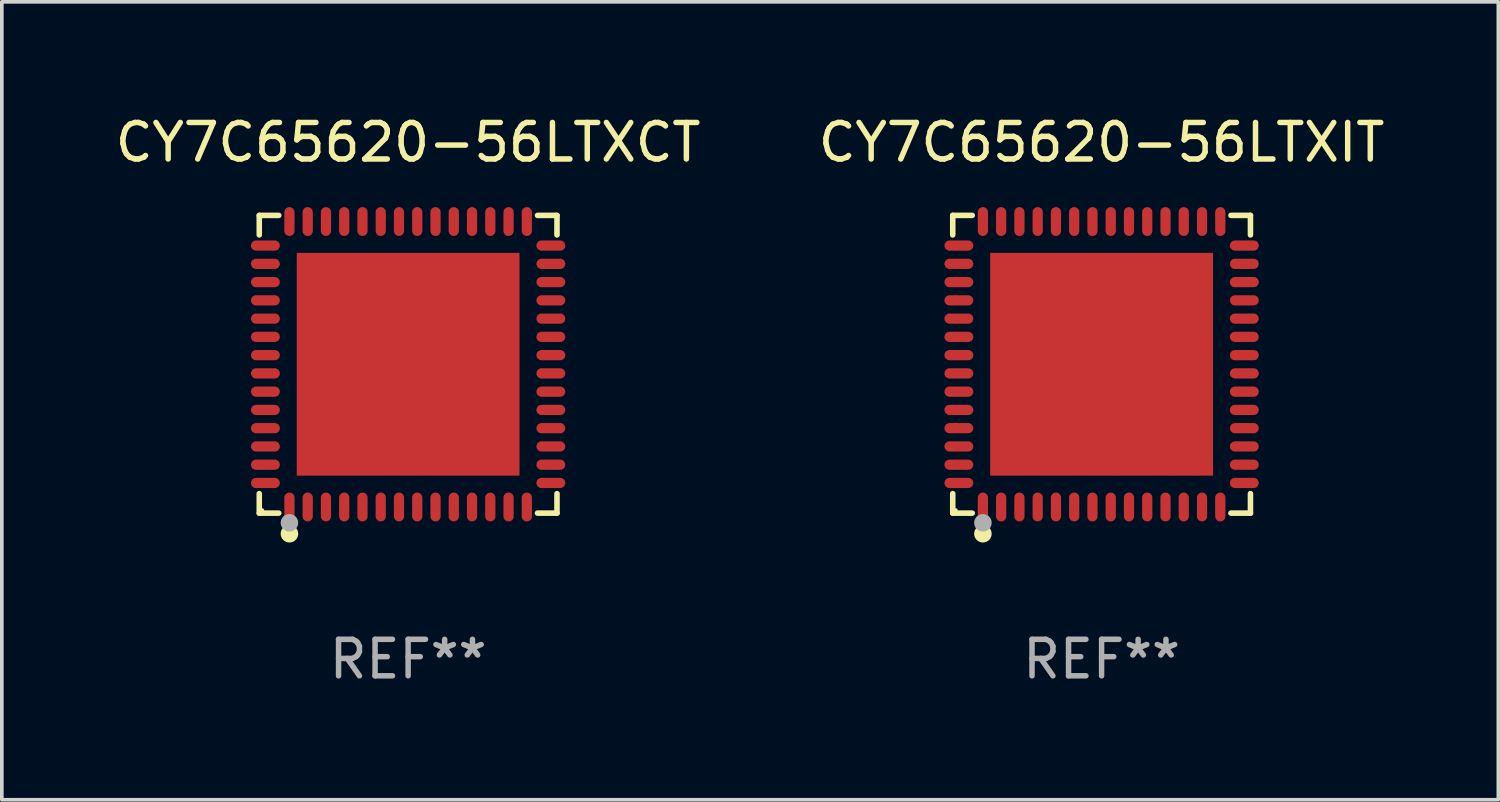
<source format=kicad_pcb>
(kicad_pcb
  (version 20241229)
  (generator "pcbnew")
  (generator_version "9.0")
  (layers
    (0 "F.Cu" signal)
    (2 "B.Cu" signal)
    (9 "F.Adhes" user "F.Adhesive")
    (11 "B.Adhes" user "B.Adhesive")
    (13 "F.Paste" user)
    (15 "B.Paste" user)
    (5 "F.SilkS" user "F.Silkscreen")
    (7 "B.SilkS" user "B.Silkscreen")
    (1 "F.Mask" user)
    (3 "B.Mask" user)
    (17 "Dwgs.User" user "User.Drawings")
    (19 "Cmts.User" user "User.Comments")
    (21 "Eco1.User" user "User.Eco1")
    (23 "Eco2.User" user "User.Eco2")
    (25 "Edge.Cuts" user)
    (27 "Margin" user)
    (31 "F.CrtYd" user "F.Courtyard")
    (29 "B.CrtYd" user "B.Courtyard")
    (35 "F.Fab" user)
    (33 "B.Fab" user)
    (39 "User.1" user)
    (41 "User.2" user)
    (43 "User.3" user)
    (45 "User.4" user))
  (footprint "CY7C65620-56LTXCT"
    (layer "F.Cu")
    (at 8.125 6.924)
    (property "Reference" "CY7C65620-56LTXCT" (at 0 -6.076 0) (layer "F.SilkS") (effects (font (size 1 1) (thickness 0.15))))
    (attr through_hole)
    (fp_line (start -4.076 -4.076) (end -4.076 -3.542) (stroke (width 0.152) (type solid)) (layer "F.SilkS"))
    (fp_line (start -4.076 4.076) (end -4.076 3.542) (stroke (width 0.152) (type solid)) (layer "F.SilkS"))
    (fp_line (start -3.542 -4.076) (end -4.076 -4.076) (stroke (width 0.152) (type solid)) (layer "F.SilkS"))
    (fp_line (start -3.542 4.076) (end -4.076 4.076) (stroke (width 0.152) (type solid)) (layer "F.SilkS"))
    (fp_line (start 3.542 -4.076) (end 4.076 -4.076) (stroke (width 0.152) (type solid)) (layer "F.SilkS"))
    (fp_line (start 3.542 4.076) (end 4.076 4.076) (stroke (width 0.152) (type solid)) (layer "F.SilkS"))
    (fp_line (start 4.076 -4.076) (end 4.076 -3.542) (stroke (width 0.152) (type solid)) (layer "F.SilkS"))
    (fp_line (start 4.076 4.076) (end 4.076 3.542) (stroke (width 0.152) (type solid)) (layer "F.SilkS"))
    (fp_circle (center -4 4) (end -3.97 4) (stroke (width 0.06) (type solid)) (fill no) (layer "F.SilkS"))
    (fp_circle (center -3.25 4.641) (end -3.13 4.641) (stroke (width 0.24) (type solid)) (fill no) (layer "F.SilkS"))
    (fp_circle (center -3.25 4.341) (end -3.13 4.341) (stroke (width 0.24) (type solid)) (fill no) (layer "F.Fab"))
    (fp_text user "REF**" (at 0 8.076 0) (layer "F.Fab") (effects (font (size 1 1) (thickness 0.15))))
    (pad "1" smd oval (at -3.25 3.908) (size 0.28 0.79) (layers "F.Cu" "F.Mask" "F.Paste"))
    (pad "2" smd oval (at -2.75 3.908) (size 0.28 0.79) (layers "F.Cu" "F.Mask" "F.Paste"))
    (pad "3" smd oval (at -2.25 3.908) (size 0.28 0.79) (layers "F.Cu" "F.Mask" "F.Paste"))
    (pad "4" smd oval (at -1.75 3.908) (size 0.28 0.79) (layers "F.Cu" "F.Mask" "F.Paste"))
    (pad "5" smd oval (at -1.25 3.908) (size 0.28 0.79) (layers "F.Cu" "F.Mask" "F.Paste"))
    (pad "6" smd oval (at -0.75 3.908) (size 0.28 0.79) (layers "F.Cu" "F.Mask" "F.Paste"))
    (pad "7" smd oval (at -0.25 3.908) (size 0.28 0.79) (layers "F.Cu" "F.Mask" "F.Paste"))
    (pad "8" smd oval (at 0.25 3.908) (size 0.28 0.79) (layers "F.Cu" "F.Mask" "F.Paste"))
    (pad "9" smd oval (at 0.75 3.908) (size 0.28 0.79) (layers "F.Cu" "F.Mask" "F.Paste"))
    (pad "10" smd oval (at 1.25 3.908) (size 0.28 0.79) (layers "F.Cu" "F.Mask" "F.Paste"))
    (pad "11" smd oval (at 1.75 3.908) (size 0.28 0.79) (layers "F.Cu" "F.Mask" "F.Paste"))
    (pad "12" smd oval (at 2.25 3.908) (size 0.28 0.79) (layers "F.Cu" "F.Mask" "F.Paste"))
    (pad "13" smd oval (at 2.75 3.908) (size 0.28 0.79) (layers "F.Cu" "F.Mask" "F.Paste"))
    (pad "14" smd oval (at 3.25 3.908) (size 0.28 0.79) (layers "F.Cu" "F.Mask" "F.Paste"))
    (pad "15" smd oval (at 3.908 3.25) (size 0.79 0.28) (layers "F.Cu" "F.Mask" "F.Paste"))
    (pad "16" smd oval (at 3.908 2.75) (size 0.79 0.28) (layers "F.Cu" "F.Mask" "F.Paste"))
    (pad "17" smd oval (at 3.908 2.25) (size 0.79 0.28) (layers "F.Cu" "F.Mask" "F.Paste"))
    (pad "18" smd oval (at 3.908 1.75) (size 0.79 0.28) (layers "F.Cu" "F.Mask" "F.Paste"))
    (pad "19" smd oval (at 3.908 1.25) (size 0.79 0.28) (layers "F.Cu" "F.Mask" "F.Paste"))
    (pad "20" smd oval (at 3.908 0.75) (size 0.79 0.28) (layers "F.Cu" "F.Mask" "F.Paste"))
    (pad "21" smd oval (at 3.908 0.25) (size 0.79 0.28) (layers "F.Cu" "F.Mask" "F.Paste"))
    (pad "22" smd oval (at 3.908 -0.25) (size 0.79 0.28) (layers "F.Cu" "F.Mask" "F.Paste"))
    (pad "23" smd oval (at 3.908 -0.75) (size 0.79 0.28) (layers "F.Cu" "F.Mask" "F.Paste"))
    (pad "24" smd oval (at 3.908 -1.25) (size 0.79 0.28) (layers "F.Cu" "F.Mask" "F.Paste"))
    (pad "25" smd oval (at 3.908 -1.75) (size 0.79 0.28) (layers "F.Cu" "F.Mask" "F.Paste"))
    (pad "26" smd oval (at 3.908 -2.25) (size 0.79 0.28) (layers "F.Cu" "F.Mask" "F.Paste"))
    (pad "27" smd oval (at 3.908 -2.75) (size 0.79 0.28) (layers "F.Cu" "F.Mask" "F.Paste"))
    (pad "28" smd oval (at 3.908 -3.25) (size 0.79 0.28) (layers "F.Cu" "F.Mask" "F.Paste"))
    (pad "29" smd oval (at 3.25 -3.908) (size 0.28 0.79) (layers "F.Cu" "F.Mask" "F.Paste"))
    (pad "30" smd oval (at 2.75 -3.908) (size 0.28 0.79) (layers "F.Cu" "F.Mask" "F.Paste"))
    (pad "31" smd oval (at 2.25 -3.908) (size 0.28 0.79) (layers "F.Cu" "F.Mask" "F.Paste"))
    (pad "32" smd oval (at 1.75 -3.908) (size 0.28 0.79) (layers "F.Cu" "F.Mask" "F.Paste"))
    (pad "33" smd oval (at 1.25 -3.908) (size 0.28 0.79) (layers "F.Cu" "F.Mask" "F.Paste"))
    (pad "34" smd oval (at 0.75 -3.908) (size 0.28 0.79) (layers "F.Cu" "F.Mask" "F.Paste"))
    (pad "35" smd oval (at 0.25 -3.908) (size 0.28 0.79) (layers "F.Cu" "F.Mask" "F.Paste"))
    (pad "36" smd oval (at -0.25 -3.908) (size 0.28 0.79) (layers "F.Cu" "F.Mask" "F.Paste"))
    (pad "37" smd oval (at -0.75 -3.908) (size 0.28 0.79) (layers "F.Cu" "F.Mask" "F.Paste"))
    (pad "38" smd oval (at -1.25 -3.908) (size 0.28 0.79) (layers "F.Cu" "F.Mask" "F.Paste"))
    (pad "39" smd oval (at -1.75 -3.908) (size 0.28 0.79) (layers "F.Cu" "F.Mask" "F.Paste"))
    (pad "40" smd oval (at -2.25 -3.908) (size 0.28 0.79) (layers "F.Cu" "F.Mask" "F.Paste"))
    (pad "41" smd oval (at -2.75 -3.908) (size 0.28 0.79) (layers "F.Cu" "F.Mask" "F.Paste"))
    (pad "42" smd oval (at -3.25 -3.908) (size 0.28 0.79) (layers "F.Cu" "F.Mask" "F.Paste"))
    (pad "43" smd oval (at -3.908 -3.25) (size 0.79 0.28) (layers "F.Cu" "F.Mask" "F.Paste"))
    (pad "44" smd oval (at -3.908 -2.75) (size 0.79 0.28) (layers "F.Cu" "F.Mask" "F.Paste"))
    (pad "45" smd oval (at -3.908 -2.25) (size 0.79 0.28) (layers "F.Cu" "F.Mask" "F.Paste"))
    (pad "46" smd oval (at -3.908 -1.75) (size 0.79 0.28) (layers "F.Cu" "F.Mask" "F.Paste"))
    (pad "47" smd oval (at -3.908 -1.25) (size 0.79 0.28) (layers "F.Cu" "F.Mask" "F.Paste"))
    (pad "48" smd oval (at -3.908 -0.75) (size 0.79 0.28) (layers "F.Cu" "F.Mask" "F.Paste"))
    (pad "49" smd oval (at -3.908 -0.25) (size 0.79 0.28) (layers "F.Cu" "F.Mask" "F.Paste"))
    (pad "50" smd oval (at -3.908 0.25) (size 0.79 0.28) (layers "F.Cu" "F.Mask" "F.Paste"))
    (pad "51" smd oval (at -3.908 0.75) (size 0.79 0.28) (layers "F.Cu" "F.Mask" "F.Paste"))
    (pad "52" smd oval (at -3.908 1.25) (size 0.79 0.28) (layers "F.Cu" "F.Mask" "F.Paste"))
    (pad "53" smd oval (at -3.908 1.75) (size 0.79 0.28) (layers "F.Cu" "F.Mask" "F.Paste"))
    (pad "54" smd oval (at -3.908 2.25) (size 0.79 0.28) (layers "F.Cu" "F.Mask" "F.Paste"))
    (pad "55" smd oval (at -3.908 2.75) (size 0.79 0.28) (layers "F.Cu" "F.Mask" "F.Paste"))
    (pad "56" smd oval (at -3.908 3.25) (size 0.79 0.28) (layers "F.Cu" "F.Mask" "F.Paste"))
    (pad "57" smd rect (at 0 0) (size 6.1 6.1) (layers "F.Cu" "F.Mask" "F.Paste")))
  (footprint "CY7C65620-56LTXIT"
    (layer "F.Cu")
    (at 27.113 6.924)
    (property "Reference" "CY7C65620-56LTXIT" (at 0 -6.076 0) (layer "F.SilkS") (effects (font (size 1 1) (thickness 0.15))))
    (attr through_hole)
    (fp_line (start -4.076 -4.076) (end -4.076 -3.542) (stroke (width 0.152) (type solid)) (layer "F.SilkS"))
    (fp_line (start -4.076 4.076) (end -4.076 3.542) (stroke (width 0.152) (type solid)) (layer "F.SilkS"))
    (fp_line (start -3.542 -4.076) (end -4.076 -4.076) (stroke (width 0.152) (type solid)) (layer "F.SilkS"))
    (fp_line (start -3.542 4.076) (end -4.076 4.076) (stroke (width 0.152) (type solid)) (layer "F.SilkS"))
    (fp_line (start 3.542 -4.076) (end 4.076 -4.076) (stroke (width 0.152) (type solid)) (layer "F.SilkS"))
    (fp_line (start 3.542 4.076) (end 4.076 4.076) (stroke (width 0.152) (type solid)) (layer "F.SilkS"))
    (fp_line (start 4.076 -4.076) (end 4.076 -3.542) (stroke (width 0.152) (type solid)) (layer "F.SilkS"))
    (fp_line (start 4.076 4.076) (end 4.076 3.542) (stroke (width 0.152) (type solid)) (layer "F.SilkS"))
    (fp_circle (center -4 4) (end -3.97 4) (stroke (width 0.06) (type solid)) (fill no) (layer "F.SilkS"))
    (fp_circle (center -3.25 4.641) (end -3.13 4.641) (stroke (width 0.24) (type solid)) (fill no) (layer "F.SilkS"))
    (fp_circle (center -3.25 4.341) (end -3.13 4.341) (stroke (width 0.24) (type solid)) (fill no) (layer "F.Fab"))
    (fp_text user "REF**" (at 0 8.076 0) (layer "F.Fab") (effects (font (size 1 1) (thickness 0.15))))
    (pad "1" smd oval (at -3.25 3.908) (size 0.28 0.79) (layers "F.Cu" "F.Mask" "F.Paste"))
    (pad "2" smd oval (at -2.75 3.908) (size 0.28 0.79) (layers "F.Cu" "F.Mask" "F.Paste"))
    (pad "3" smd oval (at -2.25 3.908) (size 0.28 0.79) (layers "F.Cu" "F.Mask" "F.Paste"))
    (pad "4" smd oval (at -1.75 3.908) (size 0.28 0.79) (layers "F.Cu" "F.Mask" "F.Paste"))
    (pad "5" smd oval (at -1.25 3.908) (size 0.28 0.79) (layers "F.Cu" "F.Mask" "F.Paste"))
    (pad "6" smd oval (at -0.75 3.908) (size 0.28 0.79) (layers "F.Cu" "F.Mask" "F.Paste"))
    (pad "7" smd oval (at -0.25 3.908) (size 0.28 0.79) (layers "F.Cu" "F.Mask" "F.Paste"))
    (pad "8" smd oval (at 0.25 3.908) (size 0.28 0.79) (layers "F.Cu" "F.Mask" "F.Paste"))
    (pad "9" smd oval (at 0.75 3.908) (size 0.28 0.79) (layers "F.Cu" "F.Mask" "F.Paste"))
    (pad "10" smd oval (at 1.25 3.908) (size 0.28 0.79) (layers "F.Cu" "F.Mask" "F.Paste"))
    (pad "11" smd oval (at 1.75 3.908) (size 0.28 0.79) (layers "F.Cu" "F.Mask" "F.Paste"))
    (pad "12" smd oval (at 2.25 3.908) (size 0.28 0.79) (layers "F.Cu" "F.Mask" "F.Paste"))
    (pad "13" smd oval (at 2.75 3.908) (size 0.28 0.79) (layers "F.Cu" "F.Mask" "F.Paste"))
    (pad "14" smd oval (at 3.25 3.908) (size 0.28 0.79) (layers "F.Cu" "F.Mask" "F.Paste"))
    (pad "15" smd oval (at 3.908 3.25) (size 0.79 0.28) (layers "F.Cu" "F.Mask" "F.Paste"))
    (pad "16" smd oval (at 3.908 2.75) (size 0.79 0.28) (layers "F.Cu" "F.Mask" "F.Paste"))
    (pad "17" smd oval (at 3.908 2.25) (size 0.79 0.28) (layers "F.Cu" "F.Mask" "F.Paste"))
    (pad "18" smd oval (at 3.908 1.75) (size 0.79 0.28) (layers "F.Cu" "F.Mask" "F.Paste"))
    (pad "19" smd oval (at 3.908 1.25) (size 0.79 0.28) (layers "F.Cu" "F.Mask" "F.Paste"))
    (pad "20" smd oval (at 3.908 0.75) (size 0.79 0.28) (layers "F.Cu" "F.Mask" "F.Paste"))
    (pad "21" smd oval (at 3.908 0.25) (size 0.79 0.28) (layers "F.Cu" "F.Mask" "F.Paste"))
    (pad "22" smd oval (at 3.908 -0.25) (size 0.79 0.28) (layers "F.Cu" "F.Mask" "F.Paste"))
    (pad "23" smd oval (at 3.908 -0.75) (size 0.79 0.28) (layers "F.Cu" "F.Mask" "F.Paste"))
    (pad "24" smd oval (at 3.908 -1.25) (size 0.79 0.28) (layers "F.Cu" "F.Mask" "F.Paste"))
    (pad "25" smd oval (at 3.908 -1.75) (size 0.79 0.28) (layers "F.Cu" "F.Mask" "F.Paste"))
    (pad "26" smd oval (at 3.908 -2.25) (size 0.79 0.28) (layers "F.Cu" "F.Mask" "F.Paste"))
    (pad "27" smd oval (at 3.908 -2.75) (size 0.79 0.28) (layers "F.Cu" "F.Mask" "F.Paste"))
    (pad "28" smd oval (at 3.908 -3.25) (size 0.79 0.28) (layers "F.Cu" "F.Mask" "F.Paste"))
    (pad "29" smd oval (at 3.25 -3.908) (size 0.28 0.79) (layers "F.Cu" "F.Mask" "F.Paste"))
    (pad "30" smd oval (at 2.75 -3.908) (size 0.28 0.79) (layers "F.Cu" "F.Mask" "F.Paste"))
    (pad "31" smd oval (at 2.25 -3.908) (size 0.28 0.79) (layers "F.Cu" "F.Mask" "F.Paste"))
    (pad "32" smd oval (at 1.75 -3.908) (size 0.28 0.79) (layers "F.Cu" "F.Mask" "F.Paste"))
    (pad "33" smd oval (at 1.25 -3.908) (size 0.28 0.79) (layers "F.Cu" "F.Mask" "F.Paste"))
    (pad "34" smd oval (at 0.75 -3.908) (size 0.28 0.79) (layers "F.Cu" "F.Mask" "F.Paste"))
    (pad "35" smd oval (at 0.25 -3.908) (size 0.28 0.79) (layers "F.Cu" "F.Mask" "F.Paste"))
    (pad "36" smd oval (at -0.25 -3.908) (size 0.28 0.79) (layers "F.Cu" "F.Mask" "F.Paste"))
    (pad "37" smd oval (at -0.75 -3.908) (size 0.28 0.79) (layers "F.Cu" "F.Mask" "F.Paste"))
    (pad "38" smd oval (at -1.25 -3.908) (size 0.28 0.79) (layers "F.Cu" "F.Mask" "F.Paste"))
    (pad "39" smd oval (at -1.75 -3.908) (size 0.28 0.79) (layers "F.Cu" "F.Mask" "F.Paste"))
    (pad "40" smd oval (at -2.25 -3.908) (size 0.28 0.79) (layers "F.Cu" "F.Mask" "F.Paste"))
    (pad "41" smd oval (at -2.75 -3.908) (size 0.28 0.79) (layers "F.Cu" "F.Mask" "F.Paste"))
    (pad "42" smd oval (at -3.25 -3.908) (size 0.28 0.79) (layers "F.Cu" "F.Mask" "F.Paste"))
    (pad "43" smd oval (at -3.908 -3.25) (size 0.79 0.28) (layers "F.Cu" "F.Mask" "F.Paste"))
    (pad "44" smd oval (at -3.908 -2.75) (size 0.79 0.28) (layers "F.Cu" "F.Mask" "F.Paste"))
    (pad "45" smd oval (at -3.908 -2.25) (size 0.79 0.28) (layers "F.Cu" "F.Mask" "F.Paste"))
    (pad "46" smd oval (at -3.908 -1.75) (size 0.79 0.28) (layers "F.Cu" "F.Mask" "F.Paste"))
    (pad "47" smd oval (at -3.908 -1.25) (size 0.79 0.28) (layers "F.Cu" "F.Mask" "F.Paste"))
    (pad "48" smd oval (at -3.908 -0.75) (size 0.79 0.28) (layers "F.Cu" "F.Mask" "F.Paste"))
    (pad "49" smd oval (at -3.908 -0.25) (size 0.79 0.28) (layers "F.Cu" "F.Mask" "F.Paste"))
    (pad "50" smd oval (at -3.908 0.25) (size 0.79 0.28) (layers "F.Cu" "F.Mask" "F.Paste"))
    (pad "51" smd oval (at -3.908 0.75) (size 0.79 0.28) (layers "F.Cu" "F.Mask" "F.Paste"))
    (pad "52" smd oval (at -3.908 1.25) (size 0.79 0.28) (layers "F.Cu" "F.Mask" "F.Paste"))
    (pad "53" smd oval (at -3.908 1.75) (size 0.79 0.28) (layers "F.Cu" "F.Mask" "F.Paste"))
    (pad "54" smd oval (at -3.908 2.25) (size 0.79 0.28) (layers "F.Cu" "F.Mask" "F.Paste"))
    (pad "55" smd oval (at -3.908 2.75) (size 0.79 0.28) (layers "F.Cu" "F.Mask" "F.Paste"))
    (pad "56" smd oval (at -3.908 3.25) (size 0.79 0.28) (layers "F.Cu" "F.Mask" "F.Paste"))
    (pad "57" smd rect (at 0 0) (size 6.1 6.1) (layers "F.Cu" "F.Mask" "F.Paste")))
  (gr_rect
    (start -3 -3)
    (end 37.976 18.849)
    (stroke (width 0.1) (type default))
    (fill no)
    (layer "Edge.Cuts")))
</source>
